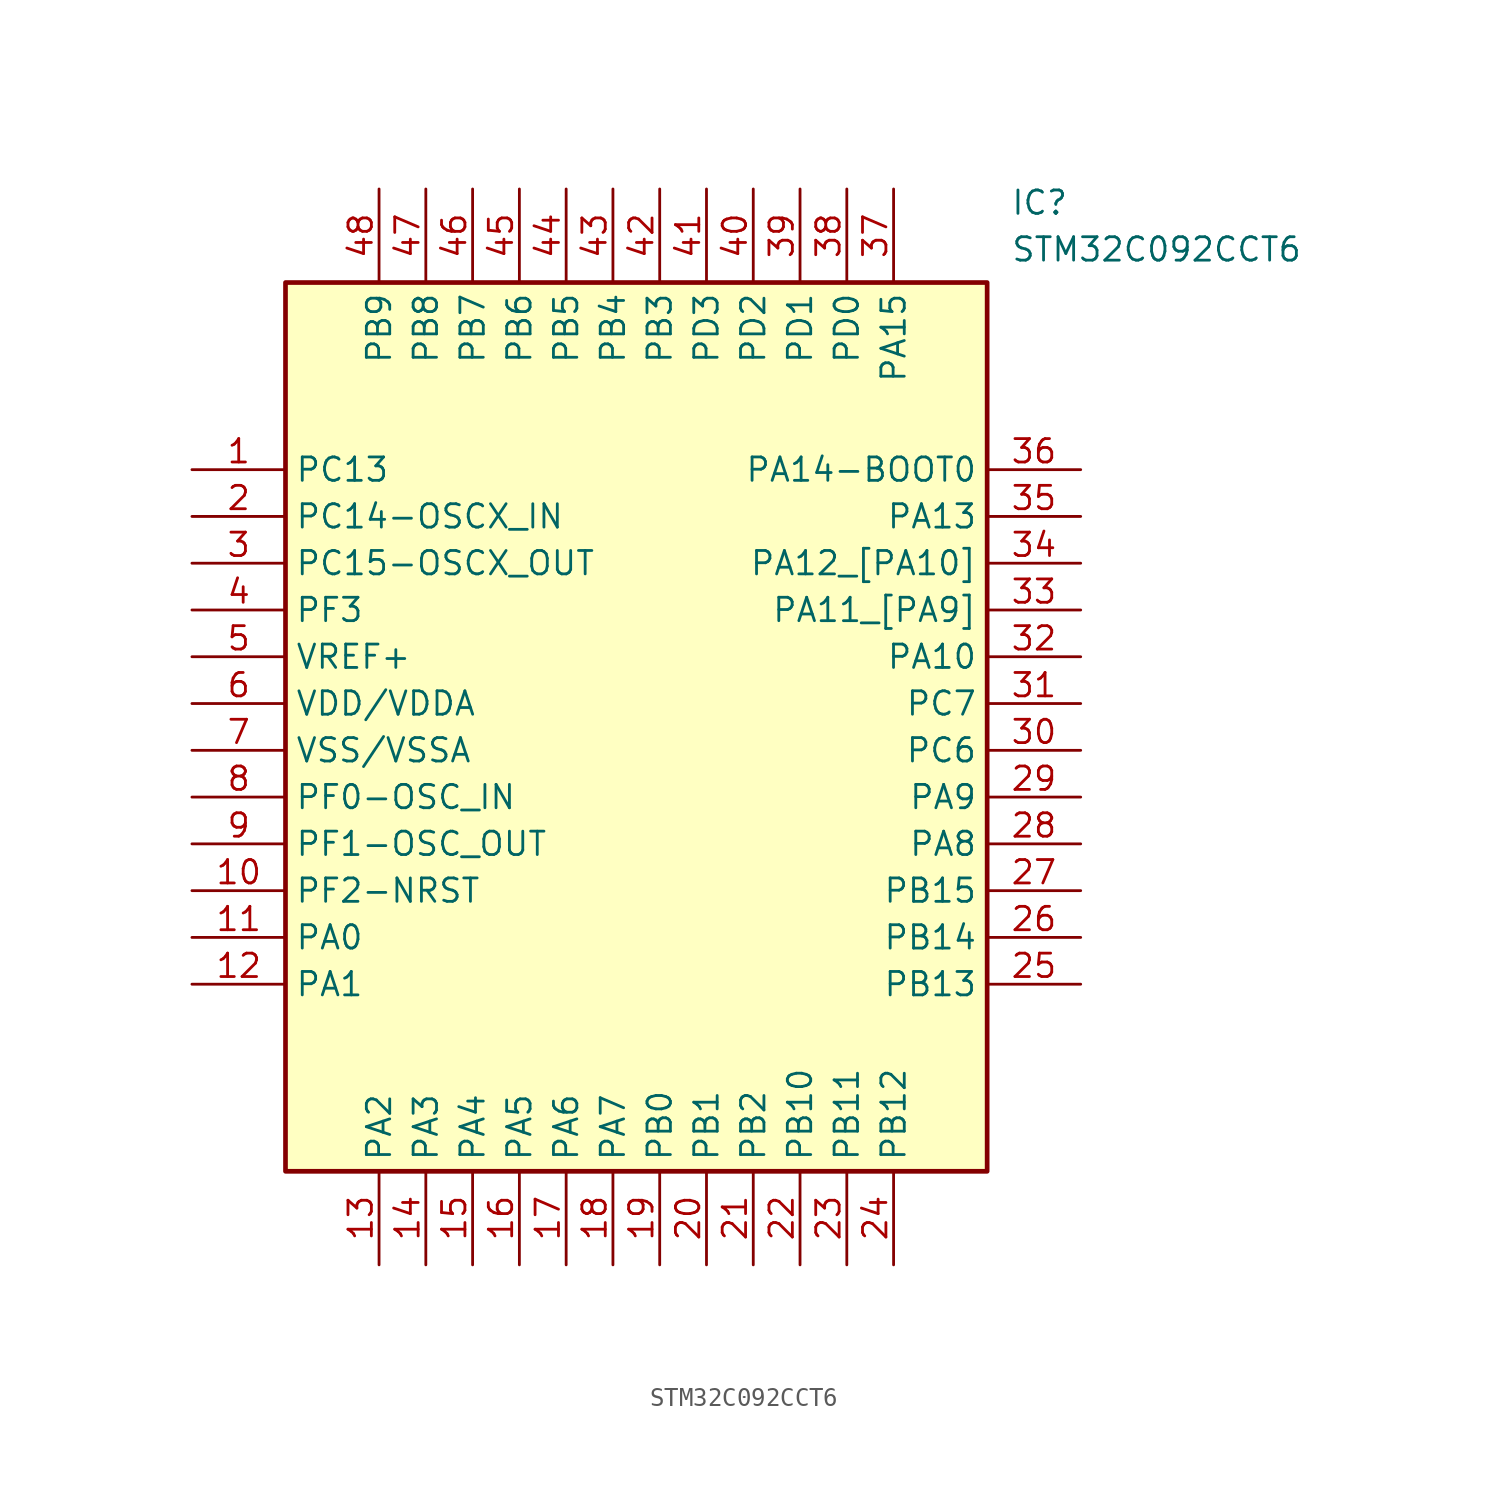
<source format=kicad_sym>
(kicad_symbol_lib
  (version 20211014)
  (generator SamacSys_ECAD_Model)
  (symbol "STM32C092CCT6"
    (property "Reference" "IC"
      (at 44.45 15.24 0)
      (effects (font (size 1.27 1.27)) (justify left top)))
    (property "Value" "STM32C092CCT6"
      (at 44.45 12.7 0)
      (effects (font (size 1.27 1.27)) (justify left top)))
    (rectangle
      (start 5.08 10.16)
      (end 43.18 -38.1)
      (stroke (width 0.254) (type default))
      (fill (type background)))
    (pin passive line
      (at 0 0 0)
      (length 5.08)
      (name "PC13" (effects (font (size 1.27 1.27))))
      (number "1" (effects (font (size 1.27 1.27)))))
    (pin passive line
      (at 0 -2.54 0)
      (length 5.08)
      (name "PC14-OSCX_IN" (effects (font (size 1.27 1.27))))
      (number "2" (effects (font (size 1.27 1.27)))))
    (pin passive line
      (at 0 -5.08 0)
      (length 5.08)
      (name "PC15-OSCX_OUT" (effects (font (size 1.27 1.27))))
      (number "3" (effects (font (size 1.27 1.27)))))
    (pin passive line
      (at 0 -7.62 0)
      (length 5.08)
      (name "PF3" (effects (font (size 1.27 1.27))))
      (number "4" (effects (font (size 1.27 1.27)))))
    (pin passive line
      (at 0 -10.16 0)
      (length 5.08)
      (name "VREF+" (effects (font (size 1.27 1.27))))
      (number "5" (effects (font (size 1.27 1.27)))))
    (pin passive line
      (at 0 -12.7 0)
      (length 5.08)
      (name "VDD/VDDA" (effects (font (size 1.27 1.27))))
      (number "6" (effects (font (size 1.27 1.27)))))
    (pin passive line
      (at 0 -15.24 0)
      (length 5.08)
      (name "VSS/VSSA" (effects (font (size 1.27 1.27))))
      (number "7" (effects (font (size 1.27 1.27)))))
    (pin passive line
      (at 0 -17.78 0)
      (length 5.08)
      (name "PF0-OSC_IN" (effects (font (size 1.27 1.27))))
      (number "8" (effects (font (size 1.27 1.27)))))
    (pin passive line
      (at 0 -20.32 0)
      (length 5.08)
      (name "PF1-OSC_OUT" (effects (font (size 1.27 1.27))))
      (number "9" (effects (font (size 1.27 1.27)))))
    (pin passive line
      (at 0 -22.86 0)
      (length 5.08)
      (name "PF2-NRST" (effects (font (size 1.27 1.27))))
      (number "10" (effects (font (size 1.27 1.27)))))
    (pin passive line
      (at 0 -25.4 0)
      (length 5.08)
      (name "PA0" (effects (font (size 1.27 1.27))))
      (number "11" (effects (font (size 1.27 1.27)))))
    (pin passive line
      (at 0 -27.94 0)
      (length 5.08)
      (name "PA1" (effects (font (size 1.27 1.27))))
      (number "12" (effects (font (size 1.27 1.27)))))
    (pin passive line
      (at 10.16 -43.18 90)
      (length 5.08)
      (name "PA2" (effects (font (size 1.27 1.27))))
      (number "13" (effects (font (size 1.27 1.27)))))
    (pin passive line
      (at 12.7 -43.18 90)
      (length 5.08)
      (name "PA3" (effects (font (size 1.27 1.27))))
      (number "14" (effects (font (size 1.27 1.27)))))
    (pin passive line
      (at 15.24 -43.18 90)
      (length 5.08)
      (name "PA4" (effects (font (size 1.27 1.27))))
      (number "15" (effects (font (size 1.27 1.27)))))
    (pin passive line
      (at 17.78 -43.18 90)
      (length 5.08)
      (name "PA5" (effects (font (size 1.27 1.27))))
      (number "16" (effects (font (size 1.27 1.27)))))
    (pin passive line
      (at 20.32 -43.18 90)
      (length 5.08)
      (name "PA6" (effects (font (size 1.27 1.27))))
      (number "17" (effects (font (size 1.27 1.27)))))
    (pin passive line
      (at 22.86 -43.18 90)
      (length 5.08)
      (name "PA7" (effects (font (size 1.27 1.27))))
      (number "18" (effects (font (size 1.27 1.27)))))
    (pin passive line
      (at 25.4 -43.18 90)
      (length 5.08)
      (name "PB0" (effects (font (size 1.27 1.27))))
      (number "19" (effects (font (size 1.27 1.27)))))
    (pin passive line
      (at 27.94 -43.18 90)
      (length 5.08)
      (name "PB1" (effects (font (size 1.27 1.27))))
      (number "20" (effects (font (size 1.27 1.27)))))
    (pin passive line
      (at 30.48 -43.18 90)
      (length 5.08)
      (name "PB2" (effects (font (size 1.27 1.27))))
      (number "21" (effects (font (size 1.27 1.27)))))
    (pin passive line
      (at 33.02 -43.18 90)
      (length 5.08)
      (name "PB10" (effects (font (size 1.27 1.27))))
      (number "22" (effects (font (size 1.27 1.27)))))
    (pin passive line
      (at 35.56 -43.18 90)
      (length 5.08)
      (name "PB11" (effects (font (size 1.27 1.27))))
      (number "23" (effects (font (size 1.27 1.27)))))
    (pin passive line
      (at 38.1 -43.18 90)
      (length 5.08)
      (name "PB12" (effects (font (size 1.27 1.27))))
      (number "24" (effects (font (size 1.27 1.27)))))
    (pin passive line
      (at 48.26 0 180)
      (length 5.08)
      (name "PA14-BOOT0" (effects (font (size 1.27 1.27))))
      (number "36" (effects (font (size 1.27 1.27)))))
    (pin passive line
      (at 48.26 -2.54 180)
      (length 5.08)
      (name "PA13" (effects (font (size 1.27 1.27))))
      (number "35" (effects (font (size 1.27 1.27)))))
    (pin passive line
      (at 48.26 -5.08 180)
      (length 5.08)
      (name "PA12_[PA10]" (effects (font (size 1.27 1.27))))
      (number "34" (effects (font (size 1.27 1.27)))))
    (pin passive line
      (at 48.26 -7.62 180)
      (length 5.08)
      (name "PA11_[PA9]" (effects (font (size 1.27 1.27))))
      (number "33" (effects (font (size 1.27 1.27)))))
    (pin passive line
      (at 48.26 -10.16 180)
      (length 5.08)
      (name "PA10" (effects (font (size 1.27 1.27))))
      (number "32" (effects (font (size 1.27 1.27)))))
    (pin passive line
      (at 48.26 -12.7 180)
      (length 5.08)
      (name "PC7" (effects (font (size 1.27 1.27))))
      (number "31" (effects (font (size 1.27 1.27)))))
    (pin passive line
      (at 48.26 -15.24 180)
      (length 5.08)
      (name "PC6" (effects (font (size 1.27 1.27))))
      (number "30" (effects (font (size 1.27 1.27)))))
    (pin passive line
      (at 48.26 -17.78 180)
      (length 5.08)
      (name "PA9" (effects (font (size 1.27 1.27))))
      (number "29" (effects (font (size 1.27 1.27)))))
    (pin passive line
      (at 48.26 -20.32 180)
      (length 5.08)
      (name "PA8" (effects (font (size 1.27 1.27))))
      (number "28" (effects (font (size 1.27 1.27)))))
    (pin passive line
      (at 48.26 -22.86 180)
      (length 5.08)
      (name "PB15" (effects (font (size 1.27 1.27))))
      (number "27" (effects (font (size 1.27 1.27)))))
    (pin passive line
      (at 48.26 -25.4 180)
      (length 5.08)
      (name "PB14" (effects (font (size 1.27 1.27))))
      (number "26" (effects (font (size 1.27 1.27)))))
    (pin passive line
      (at 48.26 -27.94 180)
      (length 5.08)
      (name "PB13" (effects (font (size 1.27 1.27))))
      (number "25" (effects (font (size 1.27 1.27)))))
    (pin passive line
      (at 10.16 15.24 270)
      (length 5.08)
      (name "PB9" (effects (font (size 1.27 1.27))))
      (number "48" (effects (font (size 1.27 1.27)))))
    (pin passive line
      (at 12.7 15.24 270)
      (length 5.08)
      (name "PB8" (effects (font (size 1.27 1.27))))
      (number "47" (effects (font (size 1.27 1.27)))))
    (pin passive line
      (at 15.24 15.24 270)
      (length 5.08)
      (name "PB7" (effects (font (size 1.27 1.27))))
      (number "46" (effects (font (size 1.27 1.27)))))
    (pin passive line
      (at 17.78 15.24 270)
      (length 5.08)
      (name "PB6" (effects (font (size 1.27 1.27))))
      (number "45" (effects (font (size 1.27 1.27)))))
    (pin passive line
      (at 20.32 15.24 270)
      (length 5.08)
      (name "PB5" (effects (font (size 1.27 1.27))))
      (number "44" (effects (font (size 1.27 1.27)))))
    (pin passive line
      (at 22.86 15.24 270)
      (length 5.08)
      (name "PB4" (effects (font (size 1.27 1.27))))
      (number "43" (effects (font (size 1.27 1.27)))))
    (pin passive line
      (at 25.4 15.24 270)
      (length 5.08)
      (name "PB3" (effects (font (size 1.27 1.27))))
      (number "42" (effects (font (size 1.27 1.27)))))
    (pin passive line
      (at 27.94 15.24 270)
      (length 5.08)
      (name "PD3" (effects (font (size 1.27 1.27))))
      (number "41" (effects (font (size 1.27 1.27)))))
    (pin passive line
      (at 30.48 15.24 270)
      (length 5.08)
      (name "PD2" (effects (font (size 1.27 1.27))))
      (number "40" (effects (font (size 1.27 1.27)))))
    (pin passive line
      (at 33.02 15.24 270)
      (length 5.08)
      (name "PD1" (effects (font (size 1.27 1.27))))
      (number "39" (effects (font (size 1.27 1.27)))))
    (pin passive line
      (at 35.56 15.24 270)
      (length 5.08)
      (name "PD0" (effects (font (size 1.27 1.27))))
      (number "38" (effects (font (size 1.27 1.27)))))
    (pin passive line
      (at 38.1 15.24 270)
      (length 5.08)
      (name "PA15" (effects (font (size 1.27 1.27))))
      (number "37" (effects (font (size 1.27 1.27)))))))
</source>
